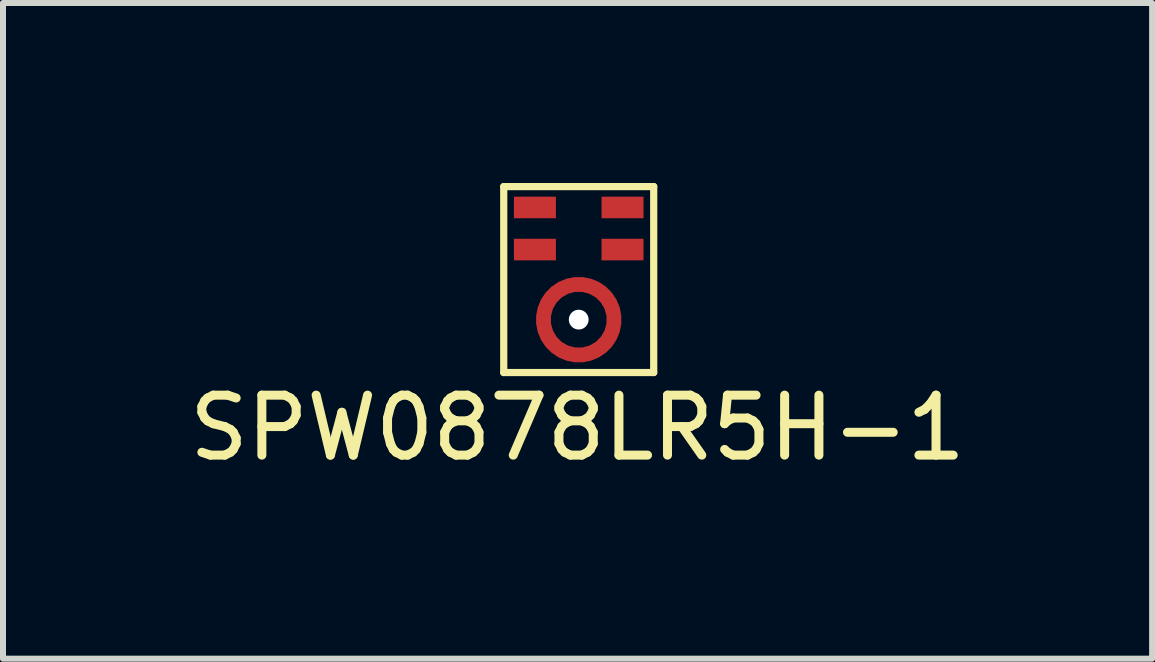
<source format=kicad_pcb>
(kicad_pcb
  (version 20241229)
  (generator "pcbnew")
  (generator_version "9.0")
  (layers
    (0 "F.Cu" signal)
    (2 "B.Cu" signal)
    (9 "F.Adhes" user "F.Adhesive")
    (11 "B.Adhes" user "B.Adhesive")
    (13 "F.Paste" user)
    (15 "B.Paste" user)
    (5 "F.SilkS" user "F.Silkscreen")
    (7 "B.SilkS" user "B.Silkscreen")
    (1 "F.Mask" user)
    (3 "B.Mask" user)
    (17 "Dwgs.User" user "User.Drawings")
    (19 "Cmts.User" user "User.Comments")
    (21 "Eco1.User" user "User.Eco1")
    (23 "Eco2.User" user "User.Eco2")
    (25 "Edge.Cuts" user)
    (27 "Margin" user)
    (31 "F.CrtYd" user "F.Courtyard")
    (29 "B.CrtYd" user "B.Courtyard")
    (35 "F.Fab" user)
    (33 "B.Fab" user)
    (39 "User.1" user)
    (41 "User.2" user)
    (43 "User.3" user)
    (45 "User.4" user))
  (footprint "SPW0878LR5H-1"
    (layer "F.Cu")
    (at 6.597 1.61)
    (property "Reference" "SPW0878LR5H-1" (at -0.02 2.472 0) (layer "F.SilkS") (effects (font (size 1 1) (thickness 0.15))))
    (attr smd)
    (fp_line (start -1.25 -1.55) (end 1.25 -1.55) (stroke (width 0.12) (type solid)) (layer "F.SilkS"))
    (fp_line (start -1.25 1.55) (end -1.25 -1.55) (stroke (width 0.12) (type solid)) (layer "F.SilkS"))
    (fp_line (start 1.25 -1.55) (end 1.25 1.55) (stroke (width 0.12) (type solid)) (layer "F.SilkS"))
    (fp_line (start 1.25 1.55) (end -1.25 1.55) (stroke (width 0.12) (type solid)) (layer "F.SilkS"))
    (pad "" np_thru_hole circle (at 0 0.668) (size 0.33 0.33) (drill 0.33) (layers "*.Cu" "*.Mask"))
    (pad "1" smd rect (at -0.73 -1.202) (size 0.7 0.36) (layers "F.Cu" "F.Mask" "F.Paste"))
    (pad "2" smd rect (at -0.73 -0.5) (size 0.7 0.36) (layers "F.Cu" "F.Mask" "F.Paste"))
    (pad "3" smd custom (at 0 0.081) (size 0.1 0.1) (layers "F.Cu" "F.Mask" "F.Paste") (options (anchor circle)) (primitives (gr_circle (center 0 0.588) (end 0.588 0.588) (width 0.25) (fill no))))
    (pad "4" smd rect (at 0.73 -0.5) (size 0.7 0.36) (layers "F.Cu" "F.Mask" "F.Paste"))
    (pad "5" smd rect (at 0.73 -1.202) (size 0.7 0.36) (layers "F.Cu" "F.Mask" "F.Paste")))
  (gr_rect
    (start -3 -3)
    (end 16.155 7.93)
    (stroke (width 0.1) (type default))
    (fill no)
    (layer "Edge.Cuts")))
</source>
